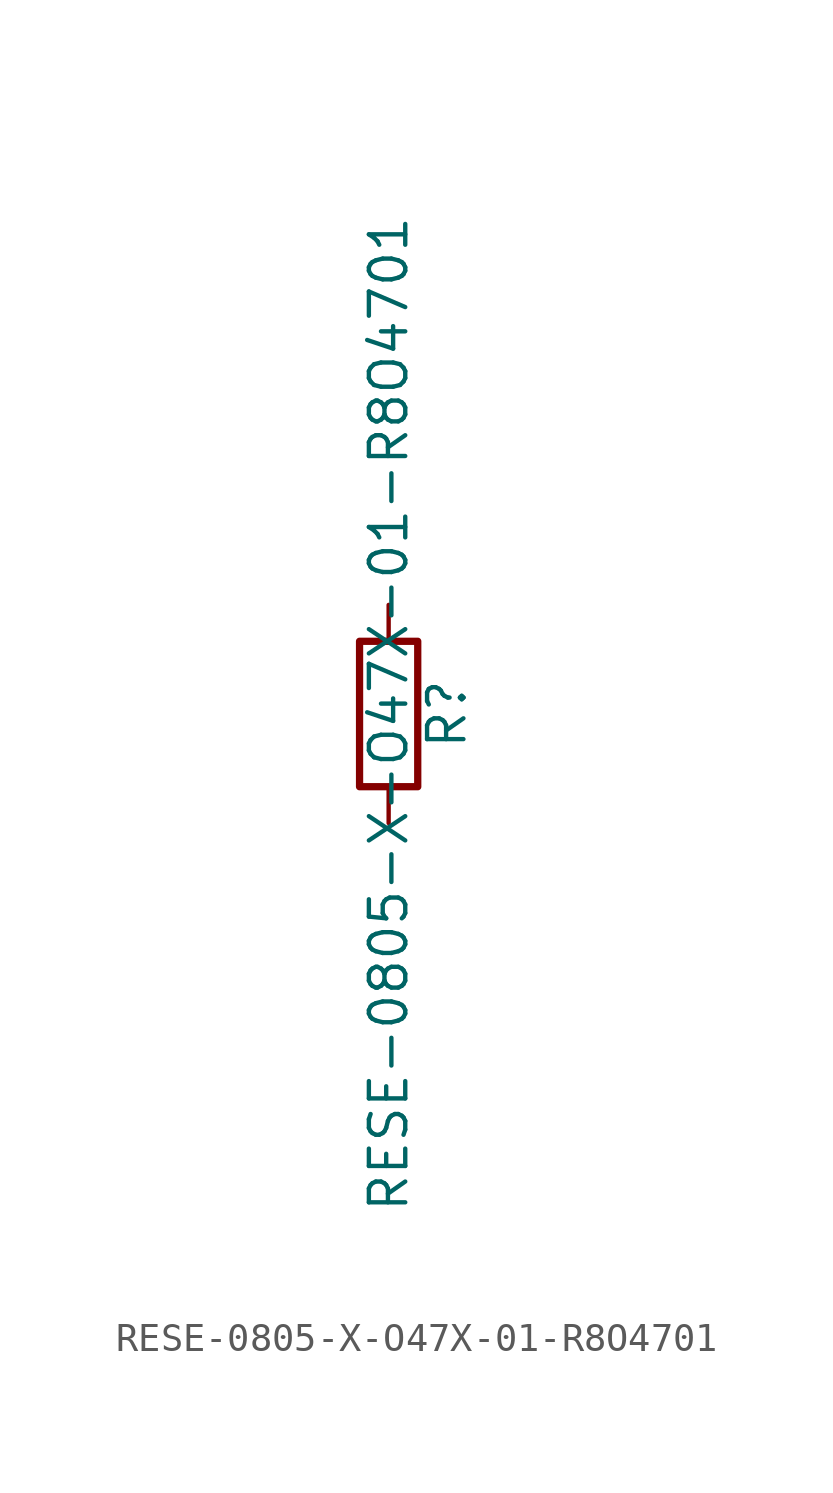
<source format=kicad_sym>
(kicad_symbol_lib
  (version 20211014)
  (generator kicad_symbol_editor)
  (symbol "RESE-0805-X-O47X-01-R8O4701"
    (pin_numbers hide)
    (pin_names
      (offset 0))
    (property "Reference" "R"
      (at 2.032 0 90)
      (effects (font (size 1.27 1.27))))
    (property "Value" "RESE-0805-X-O47X-01-R8O4701"
      (at 0 0 90)
      (effects (font (size 1.27 1.27))))
    (symbol "RESE-0805-X-O47X-01-R8O4701_0_1"
      (rectangle (start -1.016 -2.54) (end 1.016 2.54) (stroke (width 0.254) (type default) (color 0 0 0 0)) (fill (type none))))
    (symbol "RESE-0805-X-O47X-01-R8O4701_1_1"
      (pin passive line (at 0 3.81 270) (length 1.27) (name "~" (effects (font (size 1.27 1.27)))) (number "1" (effects (font (size 1.27 1.27)))))
      (pin passive line (at 0 -3.81 90) (length 1.27) (name "~" (effects (font (size 1.27 1.27)))) (number "2" (effects (font (size 1.27 1.27))))))))
</source>
